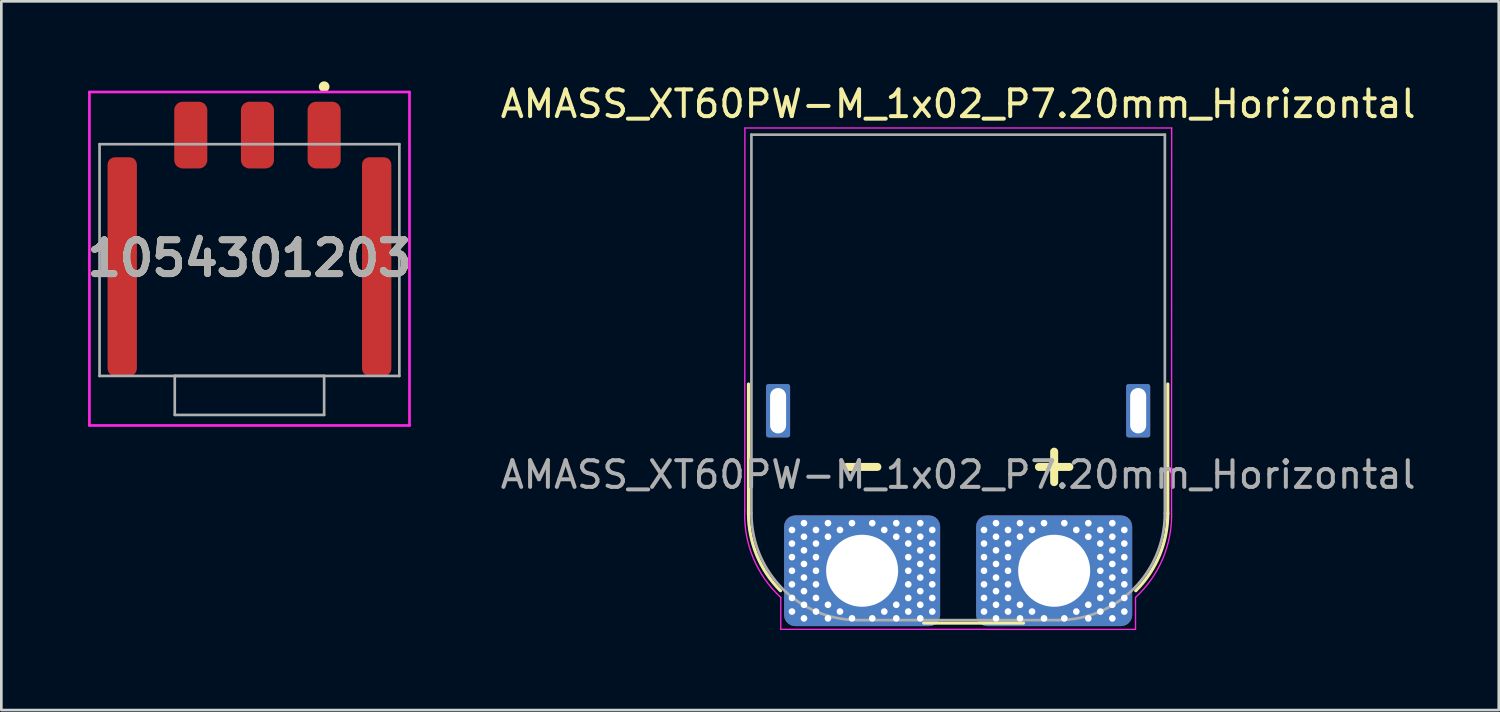
<source format=kicad_pcb>
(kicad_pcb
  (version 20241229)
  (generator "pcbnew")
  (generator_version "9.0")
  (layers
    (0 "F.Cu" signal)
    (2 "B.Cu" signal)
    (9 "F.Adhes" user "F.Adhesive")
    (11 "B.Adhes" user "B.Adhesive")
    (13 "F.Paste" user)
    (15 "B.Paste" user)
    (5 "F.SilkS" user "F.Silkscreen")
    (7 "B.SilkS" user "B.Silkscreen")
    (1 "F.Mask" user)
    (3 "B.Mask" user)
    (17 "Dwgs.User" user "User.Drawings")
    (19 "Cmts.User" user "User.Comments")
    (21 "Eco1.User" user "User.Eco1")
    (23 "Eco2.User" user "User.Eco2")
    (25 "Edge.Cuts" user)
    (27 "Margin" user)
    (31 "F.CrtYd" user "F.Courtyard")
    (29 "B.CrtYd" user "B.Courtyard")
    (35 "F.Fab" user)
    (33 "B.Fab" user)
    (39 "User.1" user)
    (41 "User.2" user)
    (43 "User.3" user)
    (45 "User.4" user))
  (footprint "1054301203"
    (layer "F.Cu")
    (at 6.302 6.7)
    (property "Reference" "1054301203" (at 0 -0.065 0) (layer "F.SilkS") (effects (font (size 1.27 1.27) (thickness 0.254))))
    (attr smd)
    (fp_circle (center 2.8 -6.5) (end 2.95 -6.5) (stroke (width 0.1) (type solid)) (fill yes) (layer "F.SilkS"))
    (fp_line (start -6 -6.3) (end 6 -6.3) (stroke (width 0.1) (type solid)) (layer "F.CrtYd"))
    (fp_line (start -6 6.2) (end -6 -6.3) (stroke (width 0.1) (type solid)) (layer "F.CrtYd"))
    (fp_line (start 6 -6.3) (end 6 6.2) (stroke (width 0.1) (type solid)) (layer "F.CrtYd"))
    (fp_line (start 6 6.2) (end -6 6.2) (stroke (width 0.1) (type solid)) (layer "F.CrtYd"))
    (fp_line (start -5.62 -4.345) (end -5.62 4.345) (stroke (width 0.1) (type solid)) (layer "F.Fab"))
    (fp_line (start -5.62 4.345) (end 5.62 4.345) (stroke (width 0.1) (type solid)) (layer "F.Fab"))
    (fp_line (start -2.8 4.345) (end 2.8 4.345) (stroke (width 0.1) (type solid)) (layer "F.Fab"))
    (fp_line (start -2.8 5.805) (end -2.8 4.345) (stroke (width 0.1) (type solid)) (layer "F.Fab"))
    (fp_line (start 2.8 4.345) (end 2.8 5.805) (stroke (width 0.1) (type solid)) (layer "F.Fab"))
    (fp_line (start 2.8 5.805) (end -2.8 5.805) (stroke (width 0.1) (type solid)) (layer "F.Fab"))
    (fp_line (start 5.62 -4.345) (end -5.62 -4.345) (stroke (width 0.1) (type solid)) (layer "F.Fab"))
    (fp_line (start 5.62 4.345) (end 5.62 -4.345) (stroke (width 0.1) (type solid)) (layer "F.Fab"))
    (fp_text user "${REFERENCE}" (at 0 -0.065 0) (layer "F.Fab") (effects (font (size 1.27 1.27) (thickness 0.254))))
    (pad "1" smd roundrect (at 2.8 -4.685) (size 1.24 2.5) (layers "F.Cu" "F.Mask" "F.Paste") (roundrect_rratio 0.25))
    (pad "2" smd roundrect (at 0.3 -4.685) (size 1.24 2.5) (layers "F.Cu" "F.Mask" "F.Paste") (roundrect_rratio 0.25))
    (pad "3" smd roundrect (at -2.2 -4.685) (size 1.24 2.5) (layers "F.Cu" "F.Mask" "F.Paste") (roundrect_rratio 0.25))
    (pad "MP1" smd roundrect (at 4.77 0.245) (size 1.1 8.2) (layers "F.Cu" "F.Mask" "F.Paste") (roundrect_rratio 0.25))
    (pad "MP2" smd roundrect (at -4.77 0.245) (size 1.1 8.2) (layers "F.Cu" "F.Mask" "F.Paste") (roundrect_rratio 0.25)))
  (footprint "AMASS_XT60PW-M_1x02_P7.20mm_Horizontal"
    (layer "F.Cu")
    (at 29.271 18.348)
    (property "Reference" "AMASS_XT60PW-M_1x02_P7.20mm_Horizontal" (at 3.6 -17.5 0) (layer "F.SilkS") (effects (font (size 1 1) (thickness 0.15))))
    (attr through_hole)
    (fp_line (start -4.26 -7) (end -4.26 -2.15) (stroke (width 0.12) (type solid)) (layer "F.SilkS"))
    (fp_line (start 2.31 1.96) (end 6.05 1.96) (stroke (width 0.12) (type solid)) (layer "F.SilkS"))
    (fp_line (start 11.46 -7) (end 11.46 -2.15) (stroke (width 0.12) (type solid)) (layer "F.SilkS"))
    (fp_arc (start -3.059582 0.748066) (mid -3.948022 -0.581578) (end -4.26 -2.15) (stroke (width 0.12) (type solid)) (layer "F.SilkS"))
    (fp_arc (start 11.46 -2.15) (mid 11.148022 -0.581578) (end 10.259582 0.748066) (stroke (width 0.12) (type solid)) (layer "F.SilkS"))
    (fp_line (start -4.394 -16.6) (end -4.4 -2.25) (stroke (width 0.05) (type solid)) (layer "F.CrtYd"))
    (fp_line (start -4.394 -16.6) (end 11.606 -16.6) (stroke (width 0.05) (type solid)) (layer "F.CrtYd"))
    (fp_line (start -3.05 1) (end -3.05 2.198) (stroke (width 0.05) (type solid)) (layer "F.CrtYd"))
    (fp_line (start 10.25 1) (end 10.25 2.198) (stroke (width 0.05) (type solid)) (layer "F.CrtYd"))
    (fp_line (start 10.25 2.198) (end -3.05 2.196) (stroke (width 0.05) (type solid)) (layer "F.CrtYd"))
    (fp_line (start 11.606 -16.6) (end 11.6 -2.25) (stroke (width 0.05) (type solid)) (layer "F.CrtYd"))
    (fp_arc (start -3.05 1) (mid -4.081743 -0.476815) (end -4.4 -2.25) (stroke (width 0.05) (type solid)) (layer "F.CrtYd"))
    (fp_arc (start 11.6 -2.25) (mid 11.281743 -0.476814) (end 10.25 1) (stroke (width 0.05) (type solid)) (layer "F.CrtYd"))
    (fp_line (start -4.15 -16.35) (end -4.15 -2.15) (stroke (width 0.1) (type solid)) (layer "F.Fab"))
    (fp_line (start -4.15 -16.35) (end 11.35 -16.35) (stroke (width 0.1) (type solid)) (layer "F.Fab"))
    (fp_line (start -0.15 1.85) (end 7.35 1.85) (stroke (width 0.1) (type solid)) (layer "F.Fab"))
    (fp_line (start 11.35 -16.35) (end 11.35 -2.15) (stroke (width 0.1) (type solid)) (layer "F.Fab"))
    (fp_arc (start -0.15 1.85) (mid -2.978427 0.678427) (end -4.15 -2.15) (stroke (width 0.1) (type solid)) (layer "F.Fab"))
    (fp_arc (start 11.35 -2.15) (mid 10.178427 0.678427) (end 7.35 1.85) (stroke (width 0.1) (type solid)) (layer "F.Fab"))
    (fp_circle (center -0.05 0) (end 0.2 0) (stroke (width 0.1) (type solid)) (fill no) (layer "F.Fab"))
    (fp_text user "-" (at 0 -4 0) (layer "F.SilkS") (effects (font (size 1.5 1.5) (thickness 0.3) (bold yes))))
    (fp_text user "+" (at 7.2 -4 0) (layer "F.SilkS") (effects (font (size 1.5 1.5) (thickness 0.3) (bold yes))))
    (fp_text user "${REFERENCE}" (at 3.6 -3.6 0) (layer "F.Fab") (effects (font (size 1 1) (thickness 0.15))))
    (pad "1" thru_hole circle (at -2.63 -1.53 90) (size 0.55 0.55) (drill 0.25) (layers "*.Cu"))
    (pad "1" thru_hole circle (at -2.63 -1.02 90) (size 0.55 0.55) (drill 0.25) (layers "*.Cu"))
    (pad "1" thru_hole circle (at -2.63 -0.51 90) (size 0.55 0.55) (drill 0.25) (layers "*.Cu"))
    (pad "1" thru_hole circle (at -2.63 0 90) (size 0.55 0.55) (drill 0.25) (layers "*.Cu"))
    (pad "1" thru_hole circle (at -2.63 0.51 90) (size 0.55 0.55) (drill 0.25) (layers "*.Cu"))
    (pad "1" thru_hole circle (at -2.63 1.02 90) (size 0.55 0.55) (drill 0.25) (layers "*.Cu"))
    (pad "1" thru_hole circle (at -2.63 1.53 90) (size 0.55 0.55) (drill 0.25) (layers "*.Cu"))
    (pad "1" thru_hole circle (at -2.18 -1.785 90) (size 0.55 0.55) (drill 0.25) (layers "*.Cu"))
    (pad "1" thru_hole circle (at -2.18 -1.275 90) (size 0.55 0.55) (drill 0.25) (layers "*.Cu"))
    (pad "1" thru_hole circle (at -2.18 -0.765 90) (size 0.55 0.55) (drill 0.25) (layers "*.Cu"))
    (pad "1" thru_hole circle (at -2.18 -0.255 90) (size 0.55 0.55) (drill 0.25) (layers "*.Cu"))
    (pad "1" thru_hole circle (at -2.18 0.255 90) (size 0.55 0.55) (drill 0.25) (layers "*.Cu"))
    (pad "1" thru_hole circle (at -2.18 0.765 90) (size 0.55 0.55) (drill 0.25) (layers "*.Cu"))
    (pad "1" thru_hole circle (at -2.18 1.275 90) (size 0.55 0.55) (drill 0.25) (layers "*.Cu"))
    (pad "1" thru_hole circle (at -2.18 1.785 90) (size 0.55 0.55) (drill 0.25) (layers "*.Cu"))
    (pad "1" thru_hole circle (at -1.73 -1.53 90) (size 0.55 0.55) (drill 0.25) (layers "*.Cu"))
    (pad "1" thru_hole circle (at -1.73 -1.02 90) (size 0.55 0.55) (drill 0.25) (layers "*.Cu"))
    (pad "1" thru_hole circle (at -1.73 -0.51 90) (size 0.55 0.55) (drill 0.25) (layers "*.Cu"))
    (pad "1" thru_hole circle (at -1.73 0 90) (size 0.55 0.55) (drill 0.25) (layers "*.Cu"))
    (pad "1" thru_hole circle (at -1.73 0.51 90) (size 0.55 0.55) (drill 0.25) (layers "*.Cu"))
    (pad "1" thru_hole circle (at -1.73 1.02 90) (size 0.55 0.55) (drill 0.25) (layers "*.Cu"))
    (pad "1" thru_hole circle (at -1.73 1.53 90) (size 0.55 0.55) (drill 0.25) (layers "*.Cu"))
    (pad "1" thru_hole circle (at -1.28 -1.785 90) (size 0.55 0.55) (drill 0.25) (layers "*.Cu"))
    (pad "1" thru_hole circle (at -1.28 -1.275 90) (size 0.55 0.55) (drill 0.25) (layers "*.Cu"))
    (pad "1" thru_hole circle (at -1.28 1.275 90) (size 0.55 0.55) (drill 0.25) (layers "*.Cu"))
    (pad "1" thru_hole circle (at -1.28 1.785 90) (size 0.55 0.55) (drill 0.25) (layers "*.Cu"))
    (pad "1" thru_hole circle (at -0.83 -1.53 90) (size 0.55 0.55) (drill 0.25) (layers "*.Cu"))
    (pad "1" thru_hole circle (at -0.83 1.53 90) (size 0.55 0.55) (drill 0.25) (layers "*.Cu"))
    (pad "1" thru_hole circle (at -0.38 -1.785 90) (size 0.55 0.55) (drill 0.25) (layers "*.Cu"))
    (pad "1" thru_hole circle (at -0.38 1.785 90) (size 0.55 0.55) (drill 0.25) (layers "*.Cu"))
    (pad "1" thru_hole roundrect (at 0 0) (size 5.85 4.15) (drill 2.7) (layers "*.Cu" "*.Mask") (roundrect_rratio 0.1))
    (pad "1" thru_hole circle (at 0.38 -1.785 270) (size 0.55 0.55) (drill 0.25) (layers "*.Cu"))
    (pad "1" thru_hole circle (at 0.38 1.785 270) (size 0.55 0.55) (drill 0.25) (layers "*.Cu"))
    (pad "1" thru_hole circle (at 0.83 -1.53 270) (size 0.55 0.55) (drill 0.25) (layers "*.Cu"))
    (pad "1" thru_hole circle (at 0.83 1.53 270) (size 0.55 0.55) (drill 0.25) (layers "*.Cu"))
    (pad "1" thru_hole circle (at 1.28 -1.785 270) (size 0.55 0.55) (drill 0.25) (layers "*.Cu"))
    (pad "1" thru_hole circle (at 1.28 -1.275 270) (size 0.55 0.55) (drill 0.25) (layers "*.Cu"))
    (pad "1" thru_hole circle (at 1.28 1.275 270) (size 0.55 0.55) (drill 0.25) (layers "*.Cu"))
    (pad "1" thru_hole circle (at 1.28 1.785 270) (size 0.55 0.55) (drill 0.25) (layers "*.Cu"))
    (pad "1" thru_hole circle (at 1.73 -1.53 270) (size 0.55 0.55) (drill 0.25) (layers "*.Cu"))
    (pad "1" thru_hole circle (at 1.73 -1.02 270) (size 0.55 0.55) (drill 0.25) (layers "*.Cu"))
    (pad "1" thru_hole circle (at 1.73 -0.51 270) (size 0.55 0.55) (drill 0.25) (layers "*.Cu"))
    (pad "1" thru_hole circle (at 1.73 0 270) (size 0.55 0.55) (drill 0.25) (layers "*.Cu"))
    (pad "1" thru_hole circle (at 1.73 0.51 270) (size 0.55 0.55) (drill 0.25) (layers "*.Cu"))
    (pad "1" thru_hole circle (at 1.73 1.02 270) (size 0.55 0.55) (drill 0.25) (layers "*.Cu"))
    (pad "1" thru_hole circle (at 1.73 1.53 270) (size 0.55 0.55) (drill 0.25) (layers "*.Cu"))
    (pad "1" thru_hole circle (at 2.18 -1.785 270) (size 0.55 0.55) (drill 0.25) (layers "*.Cu"))
    (pad "1" thru_hole circle (at 2.18 -1.275 270) (size 0.55 0.55) (drill 0.25) (layers "*.Cu"))
    (pad "1" thru_hole circle (at 2.18 -0.765 270) (size 0.55 0.55) (drill 0.25) (layers "*.Cu"))
    (pad "1" thru_hole circle (at 2.18 -0.255 270) (size 0.55 0.55) (drill 0.25) (layers "*.Cu"))
    (pad "1" thru_hole circle (at 2.18 0.255 270) (size 0.55 0.55) (drill 0.25) (layers "*.Cu"))
    (pad "1" thru_hole circle (at 2.18 0.765 270) (size 0.55 0.55) (drill 0.25) (layers "*.Cu"))
    (pad "1" thru_hole circle (at 2.18 1.275 270) (size 0.55 0.55) (drill 0.25) (layers "*.Cu"))
    (pad "1" thru_hole circle (at 2.18 1.785 270) (size 0.55 0.55) (drill 0.25) (layers "*.Cu"))
    (pad "1" thru_hole circle (at 2.63 -1.53 270) (size 0.55 0.55) (drill 0.25) (layers "*.Cu"))
    (pad "1" thru_hole circle (at 2.63 -1.02 270) (size 0.55 0.55) (drill 0.25) (layers "*.Cu"))
    (pad "1" thru_hole circle (at 2.63 -0.51 270) (size 0.55 0.55) (drill 0.25) (layers "*.Cu"))
    (pad "1" thru_hole circle (at 2.63 0 270) (size 0.55 0.55) (drill 0.25) (layers "*.Cu"))
    (pad "1" thru_hole circle (at 2.63 0.51 270) (size 0.55 0.55) (drill 0.25) (layers "*.Cu"))
    (pad "1" thru_hole circle (at 2.63 1.02 270) (size 0.55 0.55) (drill 0.25) (layers "*.Cu"))
    (pad "1" thru_hole circle (at 2.63 1.53 270) (size 0.55 0.55) (drill 0.25) (layers "*.Cu"))
    (pad "2" thru_hole circle (at 4.57 -1.53 90) (size 0.55 0.55) (drill 0.25) (layers "*.Cu"))
    (pad "2" thru_hole circle (at 4.57 -1.02 90) (size 0.55 0.55) (drill 0.25) (layers "*.Cu"))
    (pad "2" thru_hole circle (at 4.57 -0.51 90) (size 0.55 0.55) (drill 0.25) (layers "*.Cu"))
    (pad "2" thru_hole circle (at 4.57 0 90) (size 0.55 0.55) (drill 0.25) (layers "*.Cu"))
    (pad "2" thru_hole circle (at 4.57 0.51 90) (size 0.55 0.55) (drill 0.25) (layers "*.Cu"))
    (pad "2" thru_hole circle (at 4.57 1.02 90) (size 0.55 0.55) (drill 0.25) (layers "*.Cu"))
    (pad "2" thru_hole circle (at 4.57 1.53 90) (size 0.55 0.55) (drill 0.25) (layers "*.Cu"))
    (pad "2" thru_hole circle (at 5.02 -1.785 90) (size 0.55 0.55) (drill 0.25) (layers "*.Cu"))
    (pad "2" thru_hole circle (at 5.02 -1.275 90) (size 0.55 0.55) (drill 0.25) (layers "*.Cu"))
    (pad "2" thru_hole circle (at 5.02 -0.765 90) (size 0.55 0.55) (drill 0.25) (layers "*.Cu"))
    (pad "2" thru_hole circle (at 5.02 -0.255 90) (size 0.55 0.55) (drill 0.25) (layers "*.Cu"))
    (pad "2" thru_hole circle (at 5.02 0.255 90) (size 0.55 0.55) (drill 0.25) (layers "*.Cu"))
    (pad "2" thru_hole circle (at 5.02 0.765 90) (size 0.55 0.55) (drill 0.25) (layers "*.Cu"))
    (pad "2" thru_hole circle (at 5.02 1.275 90) (size 0.55 0.55) (drill 0.25) (layers "*.Cu"))
    (pad "2" thru_hole circle (at 5.02 1.785 90) (size 0.55 0.55) (drill 0.25) (layers "*.Cu"))
    (pad "2" thru_hole circle (at 5.47 -1.53 90) (size 0.55 0.55) (drill 0.25) (layers "*.Cu"))
    (pad "2" thru_hole circle (at 5.47 -1.02 90) (size 0.55 0.55) (drill 0.25) (layers "*.Cu"))
    (pad "2" thru_hole circle (at 5.47 -0.51 90) (size 0.55 0.55) (drill 0.25) (layers "*.Cu"))
    (pad "2" thru_hole circle (at 5.47 0 90) (size 0.55 0.55) (drill 0.25) (layers "*.Cu"))
    (pad "2" thru_hole circle (at 5.47 0.51 90) (size 0.55 0.55) (drill 0.25) (layers "*.Cu"))
    (pad "2" thru_hole circle (at 5.47 1.02 90) (size 0.55 0.55) (drill 0.25) (layers "*.Cu"))
    (pad "2" thru_hole circle (at 5.47 1.53 90) (size 0.55 0.55) (drill 0.25) (layers "*.Cu"))
    (pad "2" thru_hole circle (at 5.92 -1.785 90) (size 0.55 0.55) (drill 0.25) (layers "*.Cu"))
    (pad "2" thru_hole circle (at 5.92 -1.275 90) (size 0.55 0.55) (drill 0.25) (layers "*.Cu"))
    (pad "2" thru_hole circle (at 5.92 1.275 90) (size 0.55 0.55) (drill 0.25) (layers "*.Cu"))
    (pad "2" thru_hole circle (at 5.92 1.785 90) (size 0.55 0.55) (drill 0.25) (layers "*.Cu"))
    (pad "2" thru_hole circle (at 6.37 -1.53 90) (size 0.55 0.55) (drill 0.25) (layers "*.Cu"))
    (pad "2" thru_hole circle (at 6.37 1.53 90) (size 0.55 0.55) (drill 0.25) (layers "*.Cu"))
    (pad "2" thru_hole circle (at 6.82 -1.785 90) (size 0.55 0.55) (drill 0.25) (layers "*.Cu"))
    (pad "2" thru_hole circle (at 6.82 1.785 90) (size 0.55 0.55) (drill 0.25) (layers "*.Cu"))
    (pad "2" thru_hole roundrect (at 7.2 0) (size 5.85 4.15) (drill 2.7) (layers "*.Cu" "*.Mask") (roundrect_rratio 0.1))
    (pad "2" thru_hole circle (at 7.58 -1.785 270) (size 0.55 0.55) (drill 0.25) (layers "*.Cu"))
    (pad "2" thru_hole circle (at 7.58 1.785 270) (size 0.55 0.55) (drill 0.25) (layers "*.Cu"))
    (pad "2" thru_hole circle (at 8.03 -1.53 270) (size 0.55 0.55) (drill 0.25) (layers "*.Cu"))
    (pad "2" thru_hole circle (at 8.03 1.53 270) (size 0.55 0.55) (drill 0.25) (layers "*.Cu"))
    (pad "2" thru_hole circle (at 8.48 -1.785 270) (size 0.55 0.55) (drill 0.25) (layers "*.Cu"))
    (pad "2" thru_hole circle (at 8.48 -1.275 270) (size 0.55 0.55) (drill 0.25) (layers "*.Cu"))
    (pad "2" thru_hole circle (at 8.48 1.275 270) (size 0.55 0.55) (drill 0.25) (layers "*.Cu"))
    (pad "2" thru_hole circle (at 8.48 1.785 270) (size 0.55 0.55) (drill 0.25) (layers "*.Cu"))
    (pad "2" thru_hole circle (at 8.93 -1.53 270) (size 0.55 0.55) (drill 0.25) (layers "*.Cu"))
    (pad "2" thru_hole circle (at 8.93 -1.02 270) (size 0.55 0.55) (drill 0.25) (layers "*.Cu"))
    (pad "2" thru_hole circle (at 8.93 -0.51 270) (size 0.55 0.55) (drill 0.25) (layers "*.Cu"))
    (pad "2" thru_hole circle (at 8.93 0 270) (size 0.55 0.55) (drill 0.25) (layers "*.Cu"))
    (pad "2" thru_hole circle (at 8.93 0.51 270) (size 0.55 0.55) (drill 0.25) (layers "*.Cu"))
    (pad "2" thru_hole circle (at 8.93 1.02 270) (size 0.55 0.55) (drill 0.25) (layers "*.Cu"))
    (pad "2" thru_hole circle (at 8.93 1.53 270) (size 0.55 0.55) (drill 0.25) (layers "*.Cu"))
    (pad "2" thru_hole circle (at 9.38 -1.785 270) (size 0.55 0.55) (drill 0.25) (layers "*.Cu"))
    (pad "2" thru_hole circle (at 9.38 -1.275 270) (size 0.55 0.55) (drill 0.25) (layers "*.Cu"))
    (pad "2" thru_hole circle (at 9.38 -0.765 270) (size 0.55 0.55) (drill 0.25) (layers "*.Cu"))
    (pad "2" thru_hole circle (at 9.38 -0.255 270) (size 0.55 0.55) (drill 0.25) (layers "*.Cu"))
    (pad "2" thru_hole circle (at 9.38 0.255 270) (size 0.55 0.55) (drill 0.25) (layers "*.Cu"))
    (pad "2" thru_hole circle (at 9.38 0.765 270) (size 0.55 0.55) (drill 0.25) (layers "*.Cu"))
    (pad "2" thru_hole circle (at 9.38 1.275 270) (size 0.55 0.55) (drill 0.25) (layers "*.Cu"))
    (pad "2" thru_hole circle (at 9.38 1.785 270) (size 0.55 0.55) (drill 0.25) (layers "*.Cu"))
    (pad "2" thru_hole circle (at 9.83 -1.53 270) (size 0.55 0.55) (drill 0.25) (layers "*.Cu"))
    (pad "2" thru_hole circle (at 9.83 -1.02 270) (size 0.55 0.55) (drill 0.25) (layers "*.Cu"))
    (pad "2" thru_hole circle (at 9.83 -0.51 270) (size 0.55 0.55) (drill 0.25) (layers "*.Cu"))
    (pad "2" thru_hole circle (at 9.83 0 270) (size 0.55 0.55) (drill 0.25) (layers "*.Cu"))
    (pad "2" thru_hole circle (at 9.83 0.51 270) (size 0.55 0.55) (drill 0.25) (layers "*.Cu"))
    (pad "2" thru_hole circle (at 9.83 1.02 270) (size 0.55 0.55) (drill 0.25) (layers "*.Cu"))
    (pad "2" thru_hole circle (at 9.83 1.53 270) (size 0.55 0.55) (drill 0.25) (layers "*.Cu"))
    (pad "MP" thru_hole roundrect (at -3.15 -6) (size 0.9 2) (drill oval 0.6 1.7) (layers "*.Cu" "*.Mask") (roundrect_rratio 0.1))
    (pad "MP" thru_hole roundrect (at 10.35 -6) (size 0.9 2) (drill oval 0.6 1.7) (layers "*.Cu" "*.Mask") (roundrect_rratio 0.1)))
  (gr_rect
    (start -3 -3)
    (end 53.139 23.571)
    (stroke (width 0.1) (type default))
    (fill no)
    (layer "Edge.Cuts")))
</source>
